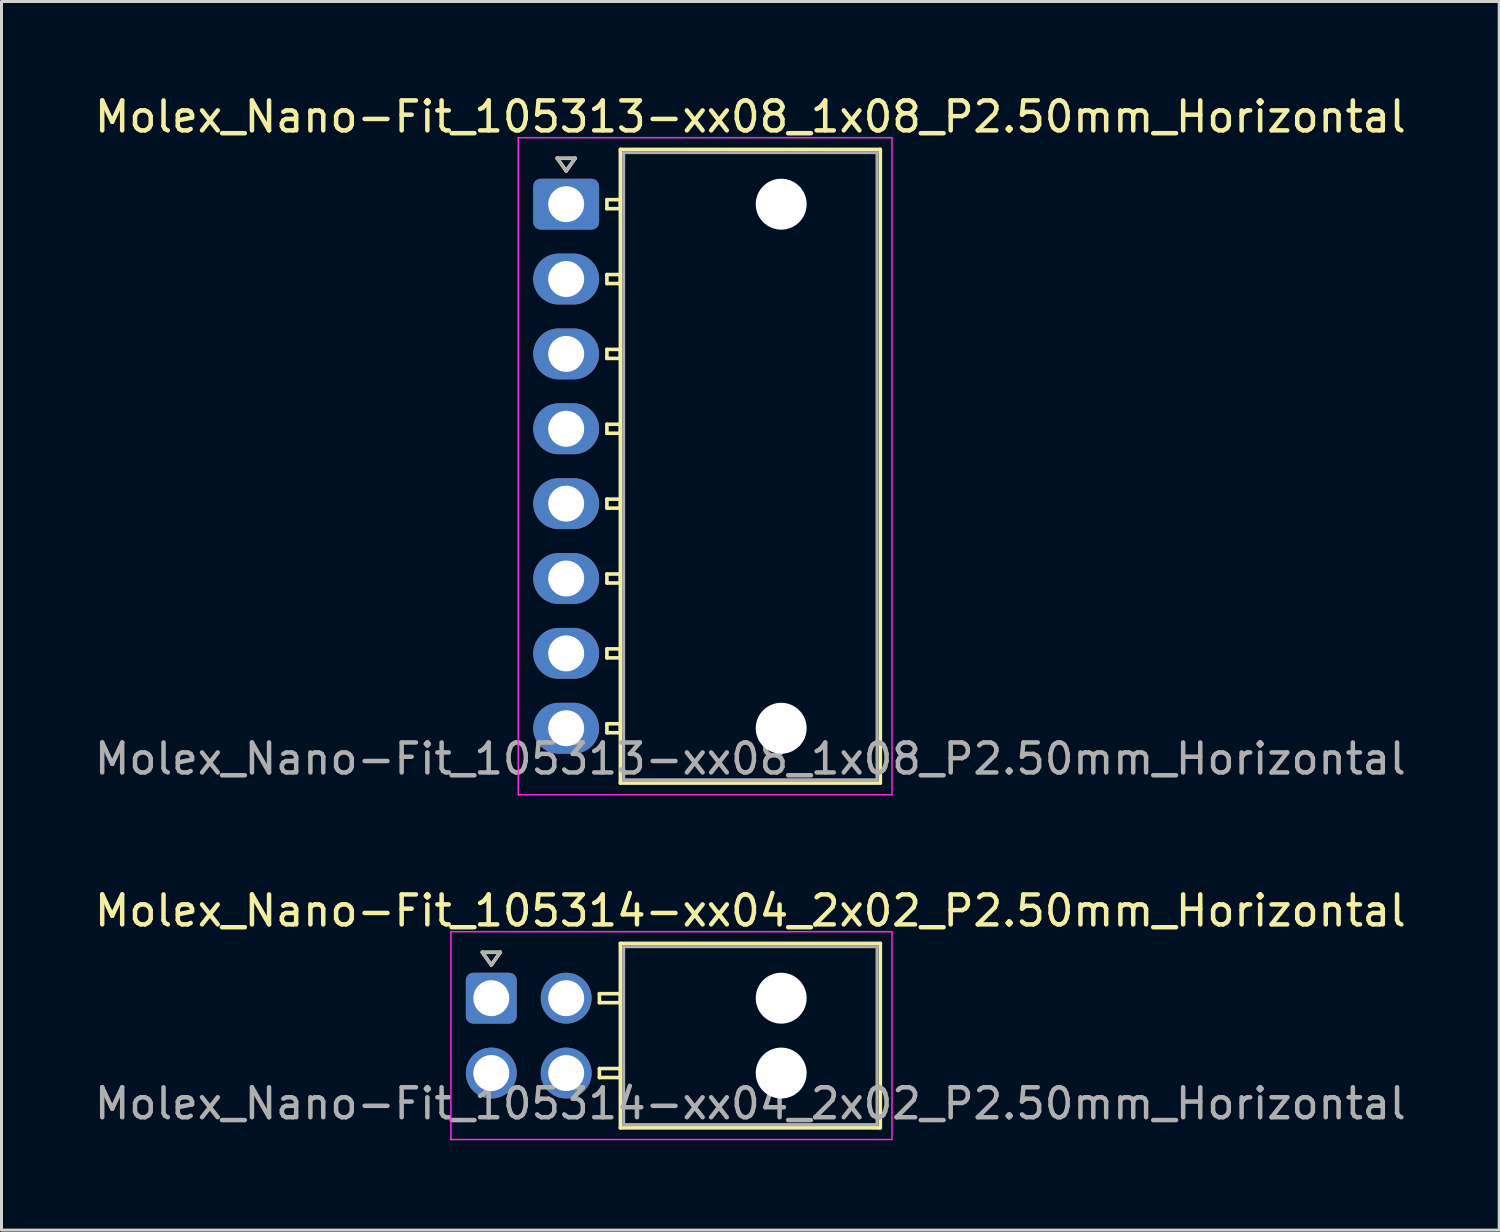
<source format=kicad_pcb>
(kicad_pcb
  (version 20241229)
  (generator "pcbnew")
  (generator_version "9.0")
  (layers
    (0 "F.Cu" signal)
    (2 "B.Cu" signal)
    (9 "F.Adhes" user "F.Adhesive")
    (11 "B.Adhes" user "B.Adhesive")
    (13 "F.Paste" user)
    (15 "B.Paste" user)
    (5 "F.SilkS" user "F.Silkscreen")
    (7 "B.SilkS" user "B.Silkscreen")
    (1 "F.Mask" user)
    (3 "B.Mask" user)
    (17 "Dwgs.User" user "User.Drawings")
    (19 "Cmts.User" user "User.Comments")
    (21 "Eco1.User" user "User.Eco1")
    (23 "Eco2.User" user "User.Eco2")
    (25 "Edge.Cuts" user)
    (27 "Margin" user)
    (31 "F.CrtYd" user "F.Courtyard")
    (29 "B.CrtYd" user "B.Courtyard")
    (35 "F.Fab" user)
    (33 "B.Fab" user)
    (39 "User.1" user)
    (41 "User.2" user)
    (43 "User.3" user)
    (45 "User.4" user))
  (footprint "Molex_Nano-Fit_105313-xx08_1x08_P2.50mm_Horizontal"
    (layer "F.Cu")
    (at 15.856 3.768)
    (property "Reference" "Molex_Nano-Fit_105313-xx08_1x08_P2.50mm_Horizontal" (at 6.15 -2.92 0) (layer "F.SilkS") (effects (font (size 1 1) (thickness 0.15))))
    (attr through_hole)
    (fp_line (start -0.3 -1.534) (end 0 -1.11) (stroke (width 0.12) (type solid)) (layer "F.SilkS"))
    (fp_line (start 0 -1.11) (end 0.3 -1.534) (stroke (width 0.12) (type solid)) (layer "F.SilkS"))
    (fp_line (start 0.3 -1.534) (end -0.3 -1.534) (stroke (width 0.12) (type solid)) (layer "F.SilkS"))
    (fp_line (start 1.36 -0.15) (end 1.36 0.15) (stroke (width 0.12) (type solid)) (layer "F.SilkS"))
    (fp_line (start 1.36 0.15) (end 1.81 0.15) (stroke (width 0.12) (type solid)) (layer "F.SilkS"))
    (fp_line (start 1.36 2.35) (end 1.36 2.65) (stroke (width 0.12) (type solid)) (layer "F.SilkS"))
    (fp_line (start 1.36 2.65) (end 1.81 2.65) (stroke (width 0.12) (type solid)) (layer "F.SilkS"))
    (fp_line (start 1.36 4.85) (end 1.36 5.15) (stroke (width 0.12) (type solid)) (layer "F.SilkS"))
    (fp_line (start 1.36 5.15) (end 1.81 5.15) (stroke (width 0.12) (type solid)) (layer "F.SilkS"))
    (fp_line (start 1.36 7.35) (end 1.36 7.65) (stroke (width 0.12) (type solid)) (layer "F.SilkS"))
    (fp_line (start 1.36 7.65) (end 1.81 7.65) (stroke (width 0.12) (type solid)) (layer "F.SilkS"))
    (fp_line (start 1.36 9.85) (end 1.36 10.15) (stroke (width 0.12) (type solid)) (layer "F.SilkS"))
    (fp_line (start 1.36 10.15) (end 1.81 10.15) (stroke (width 0.12) (type solid)) (layer "F.SilkS"))
    (fp_line (start 1.36 12.35) (end 1.36 12.65) (stroke (width 0.12) (type solid)) (layer "F.SilkS"))
    (fp_line (start 1.36 12.65) (end 1.81 12.65) (stroke (width 0.12) (type solid)) (layer "F.SilkS"))
    (fp_line (start 1.36 14.85) (end 1.36 15.15) (stroke (width 0.12) (type solid)) (layer "F.SilkS"))
    (fp_line (start 1.36 15.15) (end 1.81 15.15) (stroke (width 0.12) (type solid)) (layer "F.SilkS"))
    (fp_line (start 1.36 17.35) (end 1.36 17.65) (stroke (width 0.12) (type solid)) (layer "F.SilkS"))
    (fp_line (start 1.36 17.65) (end 1.81 17.65) (stroke (width 0.12) (type solid)) (layer "F.SilkS"))
    (fp_line (start 1.81 -1.83) (end 1.81 19.33) (stroke (width 0.12) (type solid)) (layer "F.SilkS"))
    (fp_line (start 1.81 -0.15) (end 1.36 -0.15) (stroke (width 0.12) (type solid)) (layer "F.SilkS"))
    (fp_line (start 1.81 0.15) (end 1.81 -0.15) (stroke (width 0.12) (type solid)) (layer "F.SilkS"))
    (fp_line (start 1.81 2.35) (end 1.36 2.35) (stroke (width 0.12) (type solid)) (layer "F.SilkS"))
    (fp_line (start 1.81 2.65) (end 1.81 2.35) (stroke (width 0.12) (type solid)) (layer "F.SilkS"))
    (fp_line (start 1.81 4.85) (end 1.36 4.85) (stroke (width 0.12) (type solid)) (layer "F.SilkS"))
    (fp_line (start 1.81 5.15) (end 1.81 4.85) (stroke (width 0.12) (type solid)) (layer "F.SilkS"))
    (fp_line (start 1.81 7.35) (end 1.36 7.35) (stroke (width 0.12) (type solid)) (layer "F.SilkS"))
    (fp_line (start 1.81 7.65) (end 1.81 7.35) (stroke (width 0.12) (type solid)) (layer "F.SilkS"))
    (fp_line (start 1.81 9.85) (end 1.36 9.85) (stroke (width 0.12) (type solid)) (layer "F.SilkS"))
    (fp_line (start 1.81 10.15) (end 1.81 9.85) (stroke (width 0.12) (type solid)) (layer "F.SilkS"))
    (fp_line (start 1.81 12.35) (end 1.36 12.35) (stroke (width 0.12) (type solid)) (layer "F.SilkS"))
    (fp_line (start 1.81 12.65) (end 1.81 12.35) (stroke (width 0.12) (type solid)) (layer "F.SilkS"))
    (fp_line (start 1.81 14.85) (end 1.36 14.85) (stroke (width 0.12) (type solid)) (layer "F.SilkS"))
    (fp_line (start 1.81 15.15) (end 1.81 14.85) (stroke (width 0.12) (type solid)) (layer "F.SilkS"))
    (fp_line (start 1.81 17.35) (end 1.36 17.35) (stroke (width 0.12) (type solid)) (layer "F.SilkS"))
    (fp_line (start 1.81 17.65) (end 1.81 17.35) (stroke (width 0.12) (type solid)) (layer "F.SilkS"))
    (fp_line (start 1.81 19.33) (end 10.49 19.33) (stroke (width 0.12) (type solid)) (layer "F.SilkS"))
    (fp_line (start 10.49 -1.83) (end 1.81 -1.83) (stroke (width 0.12) (type solid)) (layer "F.SilkS"))
    (fp_line (start 10.49 19.33) (end 10.49 -1.83) (stroke (width 0.12) (type solid)) (layer "F.SilkS"))
    (fp_line (start -1.6 -2.22) (end -1.6 19.72) (stroke (width 0.05) (type solid)) (layer "F.CrtYd"))
    (fp_line (start -1.6 19.72) (end 10.88 19.72) (stroke (width 0.05) (type solid)) (layer "F.CrtYd"))
    (fp_line (start 10.88 -2.22) (end -1.6 -2.22) (stroke (width 0.05) (type solid)) (layer "F.CrtYd"))
    (fp_line (start 10.88 19.72) (end 10.88 -2.22) (stroke (width 0.05) (type solid)) (layer "F.CrtYd"))
    (fp_line (start -0.3 -1.534) (end 0 -1.11) (stroke (width 0.1) (type solid)) (layer "F.Fab"))
    (fp_line (start 0 -1.11) (end 0.3 -1.534) (stroke (width 0.1) (type solid)) (layer "F.Fab"))
    (fp_line (start 0.3 -1.534) (end -0.3 -1.534) (stroke (width 0.1) (type solid)) (layer "F.Fab"))
    (fp_line (start 1.92 -1.72) (end 1.92 19.22) (stroke (width 0.1) (type solid)) (layer "F.Fab"))
    (fp_line (start 1.92 19.22) (end 10.38 19.22) (stroke (width 0.1) (type solid)) (layer "F.Fab"))
    (fp_line (start 10.38 -1.72) (end 1.92 -1.72) (stroke (width 0.1) (type solid)) (layer "F.Fab"))
    (fp_line (start 10.38 19.22) (end 10.38 -1.72) (stroke (width 0.1) (type solid)) (layer "F.Fab"))
    (fp_text user "${REFERENCE}" (at 6.15 18.52 0) (layer "F.Fab") (effects (font (size 1 1) (thickness 0.15))))
    (pad "" np_thru_hole circle (at 7.18 0) (size 1.7 1.7) (drill 1.7) (layers "*.Cu" "*.Mask"))
    (pad "" np_thru_hole circle (at 7.18 17.5) (size 1.7 1.7) (drill 1.7) (layers "*.Cu" "*.Mask"))
    (pad "1" thru_hole roundrect (at 0 0) (size 2.2 1.7) (drill 1.2) (layers "*.Cu" "*.Mask") (roundrect_rratio 0.147))
    (pad "2" thru_hole oval (at 0 2.5) (size 2.2 1.7) (drill 1.2) (layers "*.Cu" "*.Mask"))
    (pad "3" thru_hole oval (at 0 5) (size 2.2 1.7) (drill 1.2) (layers "*.Cu" "*.Mask"))
    (pad "4" thru_hole oval (at 0 7.5) (size 2.2 1.7) (drill 1.2) (layers "*.Cu" "*.Mask"))
    (pad "5" thru_hole oval (at 0 10) (size 2.2 1.7) (drill 1.2) (layers "*.Cu" "*.Mask"))
    (pad "6" thru_hole oval (at 0 12.5) (size 2.2 1.7) (drill 1.2) (layers "*.Cu" "*.Mask"))
    (pad "7" thru_hole oval (at 0 15) (size 2.2 1.7) (drill 1.2) (layers "*.Cu" "*.Mask"))
    (pad "8" thru_hole oval (at 0 17.5) (size 2.2 1.7) (drill 1.2) (layers "*.Cu" "*.Mask")))
  (footprint "Molex_Nano-Fit_105314-xx04_2x02_P2.50mm_Horizontal"
    (layer "F.Cu")
    (at 13.356 30.282)
    (property "Reference" "Molex_Nano-Fit_105314-xx04_2x02_P2.50mm_Horizontal" (at 8.65 -2.92 0) (layer "F.SilkS") (effects (font (size 1 1) (thickness 0.15))))
    (attr through_hole)
    (fp_line (start -0.3 -1.534) (end 0 -1.11) (stroke (width 0.12) (type solid)) (layer "F.SilkS"))
    (fp_line (start 0 -1.11) (end 0.3 -1.534) (stroke (width 0.12) (type solid)) (layer "F.SilkS"))
    (fp_line (start 0.3 -1.534) (end -0.3 -1.534) (stroke (width 0.12) (type solid)) (layer "F.SilkS"))
    (fp_line (start 3.61 -0.15) (end 3.61 0.15) (stroke (width 0.12) (type solid)) (layer "F.SilkS"))
    (fp_line (start 3.61 0.15) (end 4.31 0.15) (stroke (width 0.12) (type solid)) (layer "F.SilkS"))
    (fp_line (start 3.61 2.35) (end 3.61 2.65) (stroke (width 0.12) (type solid)) (layer "F.SilkS"))
    (fp_line (start 3.61 2.65) (end 4.31 2.65) (stroke (width 0.12) (type solid)) (layer "F.SilkS"))
    (fp_line (start 4.31 -1.83) (end 4.31 4.33) (stroke (width 0.12) (type solid)) (layer "F.SilkS"))
    (fp_line (start 4.31 -0.15) (end 3.61 -0.15) (stroke (width 0.12) (type solid)) (layer "F.SilkS"))
    (fp_line (start 4.31 0.15) (end 4.31 -0.15) (stroke (width 0.12) (type solid)) (layer "F.SilkS"))
    (fp_line (start 4.31 2.35) (end 3.61 2.35) (stroke (width 0.12) (type solid)) (layer "F.SilkS"))
    (fp_line (start 4.31 2.65) (end 4.31 2.35) (stroke (width 0.12) (type solid)) (layer "F.SilkS"))
    (fp_line (start 4.31 4.33) (end 12.99 4.33) (stroke (width 0.12) (type solid)) (layer "F.SilkS"))
    (fp_line (start 12.99 -1.83) (end 4.31 -1.83) (stroke (width 0.12) (type solid)) (layer "F.SilkS"))
    (fp_line (start 12.99 4.33) (end 12.99 -1.83) (stroke (width 0.12) (type solid)) (layer "F.SilkS"))
    (fp_line (start -1.35 -2.22) (end -1.35 4.72) (stroke (width 0.05) (type solid)) (layer "F.CrtYd"))
    (fp_line (start -1.35 4.72) (end 13.38 4.72) (stroke (width 0.05) (type solid)) (layer "F.CrtYd"))
    (fp_line (start 13.38 -2.22) (end -1.35 -2.22) (stroke (width 0.05) (type solid)) (layer "F.CrtYd"))
    (fp_line (start 13.38 4.72) (end 13.38 -2.22) (stroke (width 0.05) (type solid)) (layer "F.CrtYd"))
    (fp_line (start -0.3 -1.534) (end 0 -1.11) (stroke (width 0.1) (type solid)) (layer "F.Fab"))
    (fp_line (start 0 -1.11) (end 0.3 -1.534) (stroke (width 0.1) (type solid)) (layer "F.Fab"))
    (fp_line (start 0.3 -1.534) (end -0.3 -1.534) (stroke (width 0.1) (type solid)) (layer "F.Fab"))
    (fp_line (start 4.42 -1.72) (end 4.42 4.22) (stroke (width 0.1) (type solid)) (layer "F.Fab"))
    (fp_line (start 4.42 4.22) (end 12.88 4.22) (stroke (width 0.1) (type solid)) (layer "F.Fab"))
    (fp_line (start 12.88 -1.72) (end 4.42 -1.72) (stroke (width 0.1) (type solid)) (layer "F.Fab"))
    (fp_line (start 12.88 4.22) (end 12.88 -1.72) (stroke (width 0.1) (type solid)) (layer "F.Fab"))
    (fp_text user "${REFERENCE}" (at 8.65 3.52 0) (layer "F.Fab") (effects (font (size 1 1) (thickness 0.15))))
    (pad "" np_thru_hole circle (at 9.68 0) (size 1.7 1.7) (drill 1.7) (layers "*.Cu" "*.Mask"))
    (pad "" np_thru_hole circle (at 9.68 2.5) (size 1.7 1.7) (drill 1.7) (layers "*.Cu" "*.Mask"))
    (pad "1" thru_hole roundrect (at 0 0) (size 1.7 1.7) (drill 1.2) (layers "*.Cu" "*.Mask") (roundrect_rratio 0.147))
    (pad "2" thru_hole circle (at 0 2.5) (size 1.7 1.7) (drill 1.2) (layers "*.Cu" "*.Mask"))
    (pad "3" thru_hole circle (at 2.5 0) (size 1.7 1.7) (drill 1.2) (layers "*.Cu" "*.Mask"))
    (pad "4" thru_hole circle (at 2.5 2.5) (size 1.7 1.7) (drill 1.2) (layers "*.Cu" "*.Mask")))
  (gr_rect
    (start -3 -3)
    (end 47.012 38.026)
    (stroke (width 0.1) (type default))
    (fill no)
    (layer "Edge.Cuts")))
</source>
